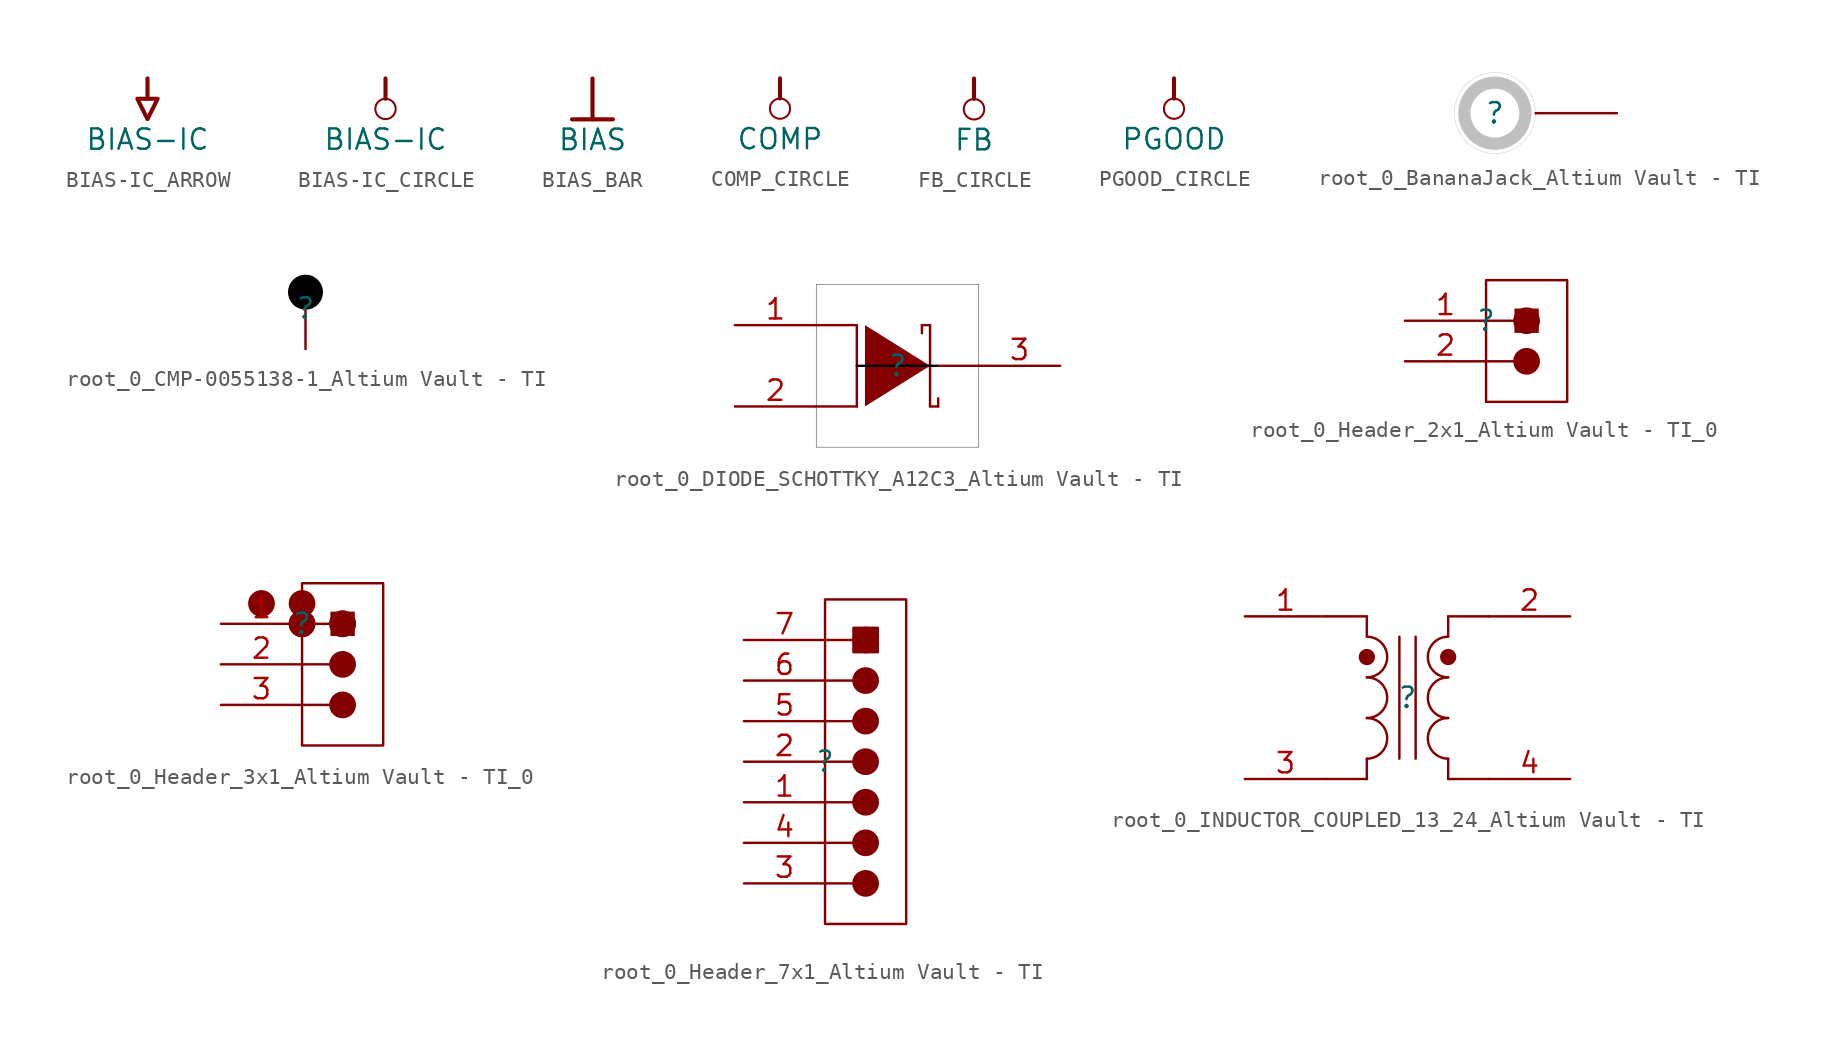
<source format=kicad_sym>
(kicad_symbol_lib
  (version 20241209)
  (generator "kicad_symbol_editor")
  (generator_version "9.0")
  (symbol "BIAS-IC_ARROW"
    (power)
    (property "Reference" "#PWR"
      (at 0 0 0)
      (effects (font (size 1.27 1.27)) (hide yes)))
    (property "Value" "BIAS-IC"
      (at 0 -3.81 0)
      (effects (font (size 1.27 1.27))))
    (symbol "BIAS-IC_ARROW_0_0"
      (polyline (pts (xy -0.635 -1.27) (xy 0.635 -1.27) (xy 0 -2.54) (xy -0.635 -1.27)) (stroke (width 0.254) (type solid)) (fill (type none)))
      (polyline (pts (xy 0 0) (xy 0 -1.27)) (stroke (width 0.254) (type solid)) (fill (type none)))
      (pin power_in line (at 0 0 0) (length 0) (hide yes) (name "BIAS-IC" (effects (font (size 1.27 1.27)))) (number "" (effects (font (size 1.27 1.27)))))))
  (symbol "BIAS-IC_CIRCLE"
    (power)
    (property "Reference" "#PWR"
      (at 0 0 0)
      (effects (font (size 1.27 1.27)) (hide yes)))
    (property "Value" "BIAS-IC"
      (at 0 -3.81 0)
      (effects (font (size 1.27 1.27))))
    (symbol "BIAS-IC_CIRCLE_0_0"
      (polyline (pts (xy 0 0) (xy 0 -1.27)) (stroke (width 0.254) (type solid)) (fill (type none)))
      (circle (center 0 -1.905) (radius 0.635) (stroke (width 0.127) (type solid)) (fill (type none)))
      (pin power_in line (at 0 0 0) (length 0) (hide yes) (name "BIAS-IC" (effects (font (size 1.27 1.27)))) (number "" (effects (font (size 1.27 1.27)))))))
  (symbol "BIAS_BAR"
    (power)
    (property "Reference" "#PWR"
      (at 0 0 0)
      (effects (font (size 1.27 1.27)) (hide yes)))
    (property "Value" "BIAS"
      (at 0 -3.81 0)
      (effects (font (size 1.27 1.27))))
    (symbol "BIAS_BAR_0_0"
      (polyline (pts (xy -1.27 -2.54) (xy 1.27 -2.54)) (stroke (width 0.254) (type solid)) (fill (type none)))
      (polyline (pts (xy 0 0) (xy 0 -2.54)) (stroke (width 0.254) (type solid)) (fill (type none)))
      (pin power_in line (at 0 0 0) (length 0) (hide yes) (name "BIAS" (effects (font (size 1.27 1.27)))) (number "" (effects (font (size 1.27 1.27)))))))
  (symbol "COMP_CIRCLE"
    (power)
    (property "Reference" "#PWR"
      (at 0 0 0)
      (effects (font (size 1.27 1.27)) (hide yes)))
    (property "Value" "COMP"
      (at 0 -3.81 0)
      (effects (font (size 1.27 1.27))))
    (symbol "COMP_CIRCLE_0_0"
      (polyline (pts (xy 0 0) (xy 0 -1.27)) (stroke (width 0.254) (type solid)) (fill (type none)))
      (circle (center 0 -1.905) (radius 0.635) (stroke (width 0.127) (type solid)) (fill (type none)))
      (pin power_in line (at 0 0 0) (length 0) (hide yes) (name "COMP" (effects (font (size 1.27 1.27)))) (number "" (effects (font (size 1.27 1.27)))))))
  (symbol "FB_CIRCLE"
    (power)
    (property "Reference" "#PWR"
      (at 0 0 0)
      (effects (font (size 1.27 1.27)) (hide yes)))
    (property "Value" "FB"
      (at 0 -3.81 0)
      (effects (font (size 1.27 1.27))))
    (symbol "FB_CIRCLE_0_0"
      (polyline (pts (xy 0 0) (xy 0 -1.27)) (stroke (width 0.254) (type solid)) (fill (type none)))
      (circle (center 0 -1.905) (radius 0.635) (stroke (width 0.127) (type solid)) (fill (type none)))
      (pin power_in line (at 0 0 0) (length 0) (hide yes) (name "FB" (effects (font (size 1.27 1.27)))) (number "" (effects (font (size 1.27 1.27)))))))
  (symbol "PGOOD_CIRCLE"
    (power)
    (property "Reference" "#PWR"
      (at 0 0 0)
      (effects (font (size 1.27 1.27)) (hide yes)))
    (property "Value" "PGOOD"
      (at 0 -3.81 0)
      (effects (font (size 1.27 1.27))))
    (symbol "PGOOD_CIRCLE_0_0"
      (polyline (pts (xy 0 0) (xy 0 -1.27)) (stroke (width 0.254) (type solid)) (fill (type none)))
      (circle (center 0 -1.905) (radius 0.635) (stroke (width 0.127) (type solid)) (fill (type none)))
      (pin power_in line (at 0 0 0) (length 0) (hide yes) (name "PGOOD" (effects (font (size 1.27 1.27)))) (number "" (effects (font (size 1.27 1.27)))))))
  (symbol "root_0_BananaJack_Altium Vault - TI"
    (pin_numbers
      (hide yes))
    (pin_names
      (hide yes))
    (property "Reference" ""
      (at 0 0 0)
      (effects (font (size 1.27 1.27))))
    (property "Value" ""
      (at 0 0 0)
      (effects (font (size 1.27 1.27))))
    (symbol "root_0_BananaJack_Altium Vault - TI_1_0"
      (circle (center 0 0) (radius 1.905) (stroke (width 0.762) (type solid) (color 192 192 192 1)) (fill (type none)))
      (arc (start 2.5399 0.0214) (mid -2.5398 -0.028) (end 2.5398 0.0346) (stroke (width 0.0254) (type solid) (color 192 192 192 1)) (fill (type none)))
      (pin passive line (at 7.62 0 180) (length 5.08) (name "1" (effects (font (size 1.27 1.27)))) (number "1" (effects (font (size 1.27 1.27)))))))
  (symbol "root_0_CMP-0055138-1_Altium Vault - TI"
    (pin_numbers
      (hide yes))
    (pin_names
      (hide yes))
    (property "Reference" ""
      (at 0 0 0)
      (effects (font (size 1.27 1.27))))
    (property "Value" ""
      (at 0 0 0)
      (effects (font (size 1.27 1.27))))
    (symbol "root_0_CMP-0055138-1_Altium Vault - TI_1_0"
      (circle (center 0 1.016) (radius 1.016) (stroke (width 0) (type solid) (color 0 0 0 1)) (fill (type outline)))
      (pin passive line (at 0 -2.54 90) (length 2.54) (name "" (effects (font (size 1.27 1.27)))) (number "1" (effects (font (size 1.27 1.27)))))))
  (symbol "root_0_DIODE_SCHOTTKY_A12C3_Altium Vault - TI"
    (pin_names
      (hide yes))
    (property "Reference" ""
      (at 0 0 0)
      (effects (font (size 1.27 1.27))))
    (property "Value" ""
      (at 0 0 0)
      (effects (font (size 1.27 1.27))))
    (symbol "root_0_DIODE_SCHOTTKY_A12C3_Altium Vault - TI_1_0"
      (polyline (pts (xy -2.54 2.54) (xy -5.08 2.54)) (stroke (width 0) (type solid)) (fill (type none)))
      (polyline (pts (xy -2.54 -2.54) (xy -5.08 -2.54)) (stroke (width 0) (type solid)) (fill (type none)))
      (polyline (pts (xy -2.54 -2.54) (xy -2.54 2.54)) (stroke (width 0) (type solid)) (fill (type none)))
      (polyline (pts (xy -2.032 -2.54) (xy 2.032 0) (xy -2.032 2.54) (xy -2.032 -2.54)) (stroke (width -0.0001) (type solid)) (fill (type outline)))
      (polyline (pts (xy 1.524 2.54) (xy 1.524 2.032)) (stroke (width 0) (type solid)) (fill (type none)))
      (polyline (pts (xy 2.032 2.54) (xy 1.524 2.54)) (stroke (width 0) (type solid)) (fill (type none)))
      (polyline (pts (xy 2.032 -2.54) (xy 2.032 2.54)) (stroke (width 0) (type solid)) (fill (type none)))
      (polyline (pts (xy 2.032 -2.54) (xy 2.54 -2.54)) (stroke (width 0) (type solid)) (fill (type none)))
      (polyline (pts (xy 2.54 0) (xy -2.54 0)) (stroke (width 0) (type solid) (color 0 0 0 1)) (fill (type none)))
      (polyline (pts (xy 2.54 0) (xy 5.08 0)) (stroke (width 0) (type solid)) (fill (type none)))
      (polyline (pts (xy 2.54 -2.54) (xy 2.54 -2.032)) (stroke (width 0) (type solid)) (fill (type none)))
      (rectangle (start 5.08 5.08) (end -5.08 -5.08) (stroke (width 0.025) (type solid) (color 0 0 0 1)) (fill (type color) (color 255 255 255 1)))
      (pin passive line (at -10.16 2.54 0) (length 5.08) (name "A" (effects (font (size 1.27 1.27)))) (number "1" (effects (font (size 1.27 1.27)))))
      (pin passive line (at -10.16 -2.54 0) (length 5.08) (name "A" (effects (font (size 1.27 1.27)))) (number "2" (effects (font (size 1.27 1.27)))))
      (pin passive line (at 10.16 0 180) (length 5.08) (name "K" (effects (font (size 1.27 1.27)))) (number "3" (effects (font (size 1.27 1.27)))))))
  (symbol "root_0_Header_2x1_Altium Vault - TI_0"
    (pin_names
      (hide yes))
    (property "Reference" ""
      (at 0 0 0)
      (effects (font (size 1.27 1.27))))
    (property "Value" ""
      (at 0 0 0)
      (effects (font (size 1.27 1.27))))
    (symbol "root_0_Header_2x1_Altium Vault - TI_0_1_0"
      (polyline (pts (xy 0 0) (xy 1.778 0)) (stroke (width 0) (type solid)) (fill (type none)))
      (polyline (pts (xy 0 -2.54) (xy 1.778 -2.54)) (stroke (width 0) (type solid)) (fill (type none)))
      (circle (center 2.54 0) (radius 0.762) (stroke (width 0) (type solid)) (fill (type outline)))
      (circle (center 2.54 -2.54) (radius 0.762) (stroke (width 0) (type solid)) (fill (type outline)))
      (rectangle (start 3.302 0.762) (end 1.778 -0.762) (stroke (width -0.0001) (type solid)) (fill (type outline)))
      (rectangle (start 5.08 2.54) (end 0 -5.08) (stroke (width 0) (type solid)) (fill (type color) (color 255 255 255 1)))
      (pin passive line (at -5.08 0 0) (length 5.08) (name "1" (effects (font (size 1.27 1.27)))) (number "1" (effects (font (size 1.27 1.27)))))
      (pin passive line (at -5.08 -2.54 0) (length 5.08) (name "2" (effects (font (size 1.27 1.27)))) (number "2" (effects (font (size 1.27 1.27)))))))
  (symbol "root_0_Header_3x1_Altium Vault - TI_0"
    (pin_names
      (hide yes))
    (property "Reference" ""
      (at 0 0 0)
      (effects (font (size 1.27 1.27))))
    (property "Value" ""
      (at 0 0 0)
      (effects (font (size 1.27 1.27))))
    (symbol "root_0_Header_3x1_Altium Vault - TI_0_1_0"
      (circle (center -2.54 1.27) (radius 0.762) (stroke (width 0) (type solid)) (fill (type outline)))
      (circle (center 0 1.27) (radius 0.762) (stroke (width 0) (type solid)) (fill (type outline)))
      (polyline (pts (xy 0 0) (xy 1.778 0)) (stroke (width 0) (type solid)) (fill (type none)))
      (circle (center 0 0) (radius 0.762) (stroke (width 0) (type solid)) (fill (type outline)))
      (circle (center 0 0) (radius 0.762) (stroke (width 0) (type solid)) (fill (type outline)))
      (polyline (pts (xy 0 -2.54) (xy 1.778 -2.54)) (stroke (width 0) (type solid)) (fill (type none)))
      (polyline (pts (xy 0 -5.08) (xy 1.778 -5.08)) (stroke (width 0) (type solid)) (fill (type none)))
      (circle (center 2.54 0) (radius 0.762) (stroke (width 0) (type solid)) (fill (type outline)))
      (circle (center 2.54 0) (radius 0.762) (stroke (width 0) (type solid)) (fill (type outline)))
      (circle (center 2.54 -2.54) (radius 0.762) (stroke (width 0) (type solid)) (fill (type outline)))
      (circle (center 2.54 -5.08) (radius 0.762) (stroke (width 0) (type solid)) (fill (type outline)))
      (rectangle (start 3.302 0.762) (end 1.778 -0.762) (stroke (width -0.0001) (type solid)) (fill (type outline)))
      (rectangle (start 5.08 2.54) (end 0 -7.62) (stroke (width 0) (type solid)) (fill (type color) (color 255 255 255 1)))
      (pin passive line (at -5.08 0 0) (length 5.08) (name "1" (effects (font (size 1.27 1.27)))) (number "1" (effects (font (size 1.27 1.27)))))
      (pin passive line (at -5.08 -2.54 0) (length 5.08) (name "2" (effects (font (size 1.27 1.27)))) (number "2" (effects (font (size 1.27 1.27)))))
      (pin passive line (at -5.08 -5.08 0) (length 5.08) (name "3" (effects (font (size 1.27 1.27)))) (number "3" (effects (font (size 1.27 1.27)))))))
  (symbol "root_0_Header_7x1_Altium Vault - TI"
    (pin_names
      (hide yes))
    (property "Reference" ""
      (at 0 0 0)
      (effects (font (size 1.27 1.27))))
    (property "Value" ""
      (at 0 0 0)
      (effects (font (size 1.27 1.27))))
    (symbol "root_0_Header_7x1_Altium Vault - TI_1_0"
      (polyline (pts (xy 0 7.62) (xy 1.778 7.62)) (stroke (width 0) (type solid)) (fill (type none)))
      (polyline (pts (xy 0 5.08) (xy 1.778 5.08)) (stroke (width 0) (type solid)) (fill (type none)))
      (polyline (pts (xy 0 2.54) (xy 1.778 2.54)) (stroke (width 0) (type solid)) (fill (type none)))
      (polyline (pts (xy 0 0) (xy 1.778 0)) (stroke (width 0) (type solid)) (fill (type none)))
      (polyline (pts (xy 0 -2.54) (xy 1.778 -2.54)) (stroke (width 0) (type solid)) (fill (type none)))
      (polyline (pts (xy 0 -5.08) (xy 1.778 -5.08)) (stroke (width 0) (type solid)) (fill (type none)))
      (polyline (pts (xy 0 -7.62) (xy 1.778 -7.62)) (stroke (width 0) (type solid)) (fill (type none)))
      (circle (center 2.54 7.62) (radius 0.762) (stroke (width 0) (type solid)) (fill (type outline)))
      (circle (center 2.54 5.08) (radius 0.762) (stroke (width 0) (type solid)) (fill (type outline)))
      (circle (center 2.54 2.54) (radius 0.762) (stroke (width 0) (type solid)) (fill (type outline)))
      (circle (center 2.54 0) (radius 0.762) (stroke (width 0) (type solid)) (fill (type outline)))
      (circle (center 2.54 -2.54) (radius 0.762) (stroke (width 0) (type solid)) (fill (type outline)))
      (circle (center 2.54 -5.08) (radius 0.762) (stroke (width 0) (type solid)) (fill (type outline)))
      (circle (center 2.54 -7.62) (radius 0.762) (stroke (width 0) (type solid)) (fill (type outline)))
      (rectangle (start 3.302 8.382) (end 1.778 6.858) (stroke (width 0) (type solid)) (fill (type outline)))
      (rectangle (start 5.08 10.16) (end 0 -10.16) (stroke (width 0) (type solid)) (fill (type color) (color 255 255 255 1)))
      (pin passive line (at -5.08 7.62 0) (length 5.08) (name "7" (effects (font (size 1.27 1.27)))) (number "7" (effects (font (size 1.27 1.27)))))
      (pin passive line (at -5.08 5.08 0) (length 5.08) (name "6" (effects (font (size 1.27 1.27)))) (number "6" (effects (font (size 1.27 1.27)))))
      (pin passive line (at -5.08 2.54 0) (length 5.08) (name "5" (effects (font (size 1.27 1.27)))) (number "5" (effects (font (size 1.27 1.27)))))
      (pin passive line (at -5.08 0 0) (length 5.08) (name "2" (effects (font (size 1.27 1.27)))) (number "2" (effects (font (size 1.27 1.27)))))
      (pin passive line (at -5.08 -2.54 0) (length 5.08) (name "1" (effects (font (size 1.27 1.27)))) (number "1" (effects (font (size 1.27 1.27)))))
      (pin passive line (at -5.08 -5.08 0) (length 5.08) (name "4" (effects (font (size 1.27 1.27)))) (number "4" (effects (font (size 1.27 1.27)))))
      (pin passive line (at -5.08 -7.62 0) (length 5.08) (name "3" (effects (font (size 1.27 1.27)))) (number "3" (effects (font (size 1.27 1.27)))))))
  (symbol "root_0_INDUCTOR_COUPLED_13_24_Altium Vault - TI"
    (pin_names
      (hide yes))
    (property "Reference" ""
      (at 0 0 0)
      (effects (font (size 1.27 1.27))))
    (property "Value" ""
      (at 0 0 0)
      (effects (font (size 1.27 1.27))))
    (symbol "root_0_INDUCTOR_COUPLED_13_24_Altium Vault - TI_1_0"
      (polyline (pts (xy -2.54 5.08) (xy -5.08 5.08)) (stroke (width 0) (type solid)) (fill (type none)))
      (polyline (pts (xy -2.54 3.81) (xy -2.54 5.08)) (stroke (width 0) (type solid)) (fill (type none)))
      (arc (start -2.54 3.81) (mid -1.27 2.54) (end -2.54 1.27) (stroke (width 0) (type solid)) (fill (type none)))
      (circle (center -2.54 2.54) (radius 0.254) (stroke (width 0.508) (type solid)) (fill (type none)))
      (arc (start -2.54 1.27) (mid -1.27 0) (end -2.54 -1.27) (stroke (width 0) (type solid)) (fill (type none)))
      (arc (start -2.54 -1.27) (mid -1.27 -2.54) (end -2.54 -3.81) (stroke (width 0) (type solid)) (fill (type none)))
      (polyline (pts (xy -2.54 -5.08) (xy -5.08 -5.08)) (stroke (width 0) (type solid)) (fill (type none)))
      (polyline (pts (xy -2.54 -5.08) (xy -2.54 -3.81)) (stroke (width 0) (type solid)) (fill (type none)))
      (polyline (pts (xy -0.508 3.81) (xy -0.508 -3.81)) (stroke (width 0) (type solid)) (fill (type none)))
      (polyline (pts (xy 0.508 3.81) (xy 0.508 -3.81)) (stroke (width 0) (type solid)) (fill (type none)))
      (polyline (pts (xy 2.54 5.08) (xy 2.54 3.81)) (stroke (width 0) (type solid)) (fill (type none)))
      (polyline (pts (xy 2.54 5.08) (xy 5.08 5.08)) (stroke (width 0) (type solid)) (fill (type none)))
      (circle (center 2.54 2.54) (radius 0.254) (stroke (width 0.508) (type solid)) (fill (type none)))
      (arc (start 2.54 1.27) (mid 1.27 2.54) (end 2.54 3.81) (stroke (width 0) (type solid)) (fill (type none)))
      (arc (start 2.54 -1.27) (mid 1.27 0) (end 2.54 1.27) (stroke (width 0) (type solid)) (fill (type none)))
      (arc (start 2.54 -3.81) (mid 1.27 -2.54) (end 2.54 -1.27) (stroke (width 0) (type solid)) (fill (type none)))
      (polyline (pts (xy 2.54 -3.81) (xy 2.54 -5.08)) (stroke (width 0) (type solid)) (fill (type none)))
      (polyline (pts (xy 2.54 -5.08) (xy 5.08 -5.08)) (stroke (width 0) (type solid)) (fill (type none)))
      (pin passive line (at -10.16 5.08 0) (length 5.08) (name "1" (effects (font (size 1.27 1.27)))) (number "1" (effects (font (size 1.27 1.27)))))
      (pin passive line (at -10.16 -5.08 0) (length 5.08) (name "3" (effects (font (size 1.27 1.27)))) (number "3" (effects (font (size 1.27 1.27)))))
      (pin passive line (at 10.16 5.08 180) (length 5.08) (name "2" (effects (font (size 1.27 1.27)))) (number "2" (effects (font (size 1.27 1.27)))))
      (pin passive line (at 10.16 -5.08 180) (length 5.08) (name "4" (effects (font (size 1.27 1.27)))) (number "4" (effects (font (size 1.27 1.27))))))))
</source>
